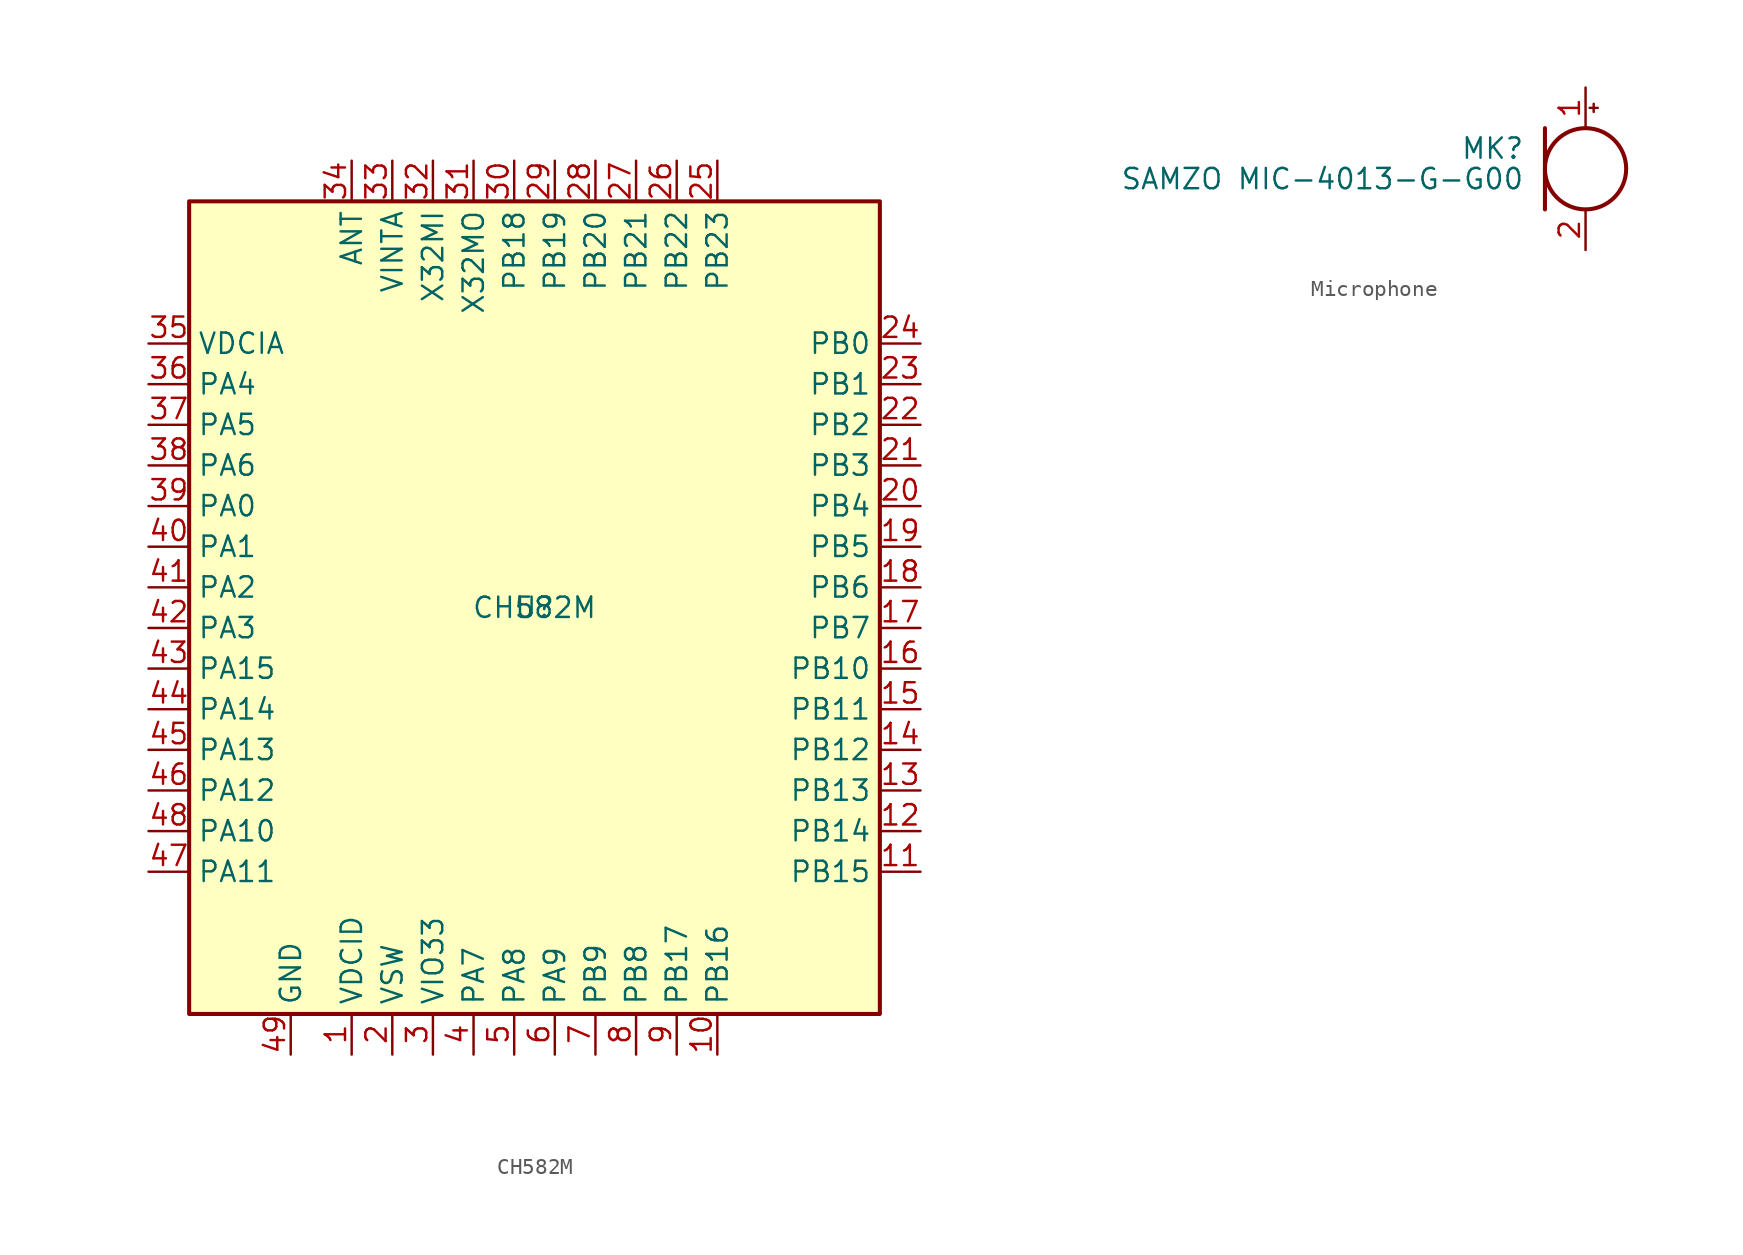
<source format=kicad_sym>
(kicad_symbol_lib
  (version 20241209)
  (generator "kicad_symbol_editor")
  (generator_version "9.0")
  (symbol "CH582M"
    (property "Reference" "U"
      (at 0 0 0)
      (effects (font (size 1.27 1.27))))
    (property "Value" "CH582M"
      (at 0 0 0)
      (effects (font (size 1.27 1.27))))
    (symbol "CH582M_1_1"
      (rectangle (start -21.59 25.4) (end 21.59 -25.4) (stroke (width 0.254) (type default)) (fill (type background)))
      (pin power_in line (at -24.13 16.51 0) (length 2.54) (name "VDCIA" (effects (font (size 1.27 1.27)))) (number "35" (effects (font (size 1.27 1.27)))))
      (pin bidirectional line (at -24.13 13.97 0) (length 2.54) (name "PA4" (effects (font (size 1.27 1.27)))) (number "36" (effects (font (size 1.27 1.27)))))
      (pin bidirectional line (at -24.13 11.43 0) (length 2.54) (name "PA5" (effects (font (size 1.27 1.27)))) (number "37" (effects (font (size 1.27 1.27)))))
      (pin bidirectional line (at -24.13 8.89 0) (length 2.54) (name "PA6" (effects (font (size 1.27 1.27)))) (number "38" (effects (font (size 1.27 1.27)))))
      (pin bidirectional line (at -24.13 6.35 0) (length 2.54) (name "PA0" (effects (font (size 1.27 1.27)))) (number "39" (effects (font (size 1.27 1.27)))))
      (pin bidirectional line (at -24.13 3.81 0) (length 2.54) (name "PA1" (effects (font (size 1.27 1.27)))) (number "40" (effects (font (size 1.27 1.27)))))
      (pin bidirectional line (at -24.13 1.27 0) (length 2.54) (name "PA2" (effects (font (size 1.27 1.27)))) (number "41" (effects (font (size 1.27 1.27)))))
      (pin bidirectional line (at -24.13 -1.27 0) (length 2.54) (name "PA3" (effects (font (size 1.27 1.27)))) (number "42" (effects (font (size 1.27 1.27)))))
      (pin bidirectional line (at -24.13 -3.81 0) (length 2.54) (name "PA15" (effects (font (size 1.27 1.27)))) (number "43" (effects (font (size 1.27 1.27)))))
      (pin bidirectional line (at -24.13 -6.35 0) (length 2.54) (name "PA14" (effects (font (size 1.27 1.27)))) (number "44" (effects (font (size 1.27 1.27)))))
      (pin bidirectional line (at -24.13 -8.89 0) (length 2.54) (name "PA13" (effects (font (size 1.27 1.27)))) (number "45" (effects (font (size 1.27 1.27)))))
      (pin bidirectional line (at -24.13 -11.43 0) (length 2.54) (name "PA12" (effects (font (size 1.27 1.27)))) (number "46" (effects (font (size 1.27 1.27)))))
      (pin bidirectional line (at -24.13 -13.97 0) (length 2.54) (name "PA10" (effects (font (size 1.27 1.27)))) (number "48" (effects (font (size 1.27 1.27)))))
      (pin bidirectional line (at -24.13 -16.51 0) (length 2.54) (name "PA11" (effects (font (size 1.27 1.27)))) (number "47" (effects (font (size 1.27 1.27)))))
      (pin passive line (at -15.24 -27.94 90) (length 2.54) (name "GND" (effects (font (size 1.27 1.27)))) (number "49" (effects (font (size 1.27 1.27)))))
      (pin bidirectional line (at -11.43 27.94 270) (length 2.54) (name "ANT" (effects (font (size 1.27 1.27)))) (number "34" (effects (font (size 1.27 1.27)))))
      (pin power_in line (at -11.43 -27.94 90) (length 2.54) (name "VDCID" (effects (font (size 1.27 1.27)))) (number "1" (effects (font (size 1.27 1.27)))))
      (pin passive line (at -8.89 27.94 270) (length 2.54) (name "VINTA" (effects (font (size 1.27 1.27)))) (number "33" (effects (font (size 1.27 1.27)))))
      (pin power_out line (at -8.89 -27.94 90) (length 2.54) (name "VSW" (effects (font (size 1.27 1.27)))) (number "2" (effects (font (size 1.27 1.27)))))
      (pin input line (at -6.35 27.94 270) (length 2.54) (name "X32MI" (effects (font (size 1.27 1.27)))) (number "32" (effects (font (size 1.27 1.27)))))
      (pin power_in line (at -6.35 -27.94 90) (length 2.54) (name "VIO33" (effects (font (size 1.27 1.27)))) (number "3" (effects (font (size 1.27 1.27)))))
      (pin output line (at -3.81 27.94 270) (length 2.54) (name "X32MO" (effects (font (size 1.27 1.27)))) (number "31" (effects (font (size 1.27 1.27)))))
      (pin bidirectional line (at -3.81 -27.94 90) (length 2.54) (name "PA7" (effects (font (size 1.27 1.27)))) (number "4" (effects (font (size 1.27 1.27)))))
      (pin bidirectional line (at -1.27 27.94 270) (length 2.54) (name "PB18" (effects (font (size 1.27 1.27)))) (number "30" (effects (font (size 1.27 1.27)))))
      (pin bidirectional line (at -1.27 -27.94 90) (length 2.54) (name "PA8" (effects (font (size 1.27 1.27)))) (number "5" (effects (font (size 1.27 1.27)))))
      (pin bidirectional line (at 1.27 27.94 270) (length 2.54) (name "PB19" (effects (font (size 1.27 1.27)))) (number "29" (effects (font (size 1.27 1.27)))))
      (pin bidirectional line (at 1.27 -27.94 90) (length 2.54) (name "PA9" (effects (font (size 1.27 1.27)))) (number "6" (effects (font (size 1.27 1.27)))))
      (pin bidirectional line (at 3.81 27.94 270) (length 2.54) (name "PB20" (effects (font (size 1.27 1.27)))) (number "28" (effects (font (size 1.27 1.27)))))
      (pin bidirectional line (at 3.81 -27.94 90) (length 2.54) (name "PB9" (effects (font (size 1.27 1.27)))) (number "7" (effects (font (size 1.27 1.27)))))
      (pin bidirectional line (at 6.35 27.94 270) (length 2.54) (name "PB21" (effects (font (size 1.27 1.27)))) (number "27" (effects (font (size 1.27 1.27)))))
      (pin bidirectional line (at 6.35 -27.94 90) (length 2.54) (name "PB8" (effects (font (size 1.27 1.27)))) (number "8" (effects (font (size 1.27 1.27)))))
      (pin bidirectional line (at 8.89 27.94 270) (length 2.54) (name "PB22" (effects (font (size 1.27 1.27)))) (number "26" (effects (font (size 1.27 1.27)))))
      (pin bidirectional line (at 8.89 -27.94 90) (length 2.54) (name "PB17" (effects (font (size 1.27 1.27)))) (number "9" (effects (font (size 1.27 1.27)))))
      (pin bidirectional line (at 11.43 27.94 270) (length 2.54) (name "PB23" (effects (font (size 1.27 1.27)))) (number "25" (effects (font (size 1.27 1.27)))))
      (pin bidirectional line (at 11.43 -27.94 90) (length 2.54) (name "PB16" (effects (font (size 1.27 1.27)))) (number "10" (effects (font (size 1.27 1.27)))))
      (pin bidirectional line (at 24.13 16.51 180) (length 2.54) (name "PB0" (effects (font (size 1.27 1.27)))) (number "24" (effects (font (size 1.27 1.27)))))
      (pin bidirectional line (at 24.13 13.97 180) (length 2.54) (name "PB1" (effects (font (size 1.27 1.27)))) (number "23" (effects (font (size 1.27 1.27)))))
      (pin bidirectional line (at 24.13 11.43 180) (length 2.54) (name "PB2" (effects (font (size 1.27 1.27)))) (number "22" (effects (font (size 1.27 1.27)))))
      (pin bidirectional line (at 24.13 8.89 180) (length 2.54) (name "PB3" (effects (font (size 1.27 1.27)))) (number "21" (effects (font (size 1.27 1.27)))))
      (pin bidirectional line (at 24.13 6.35 180) (length 2.54) (name "PB4" (effects (font (size 1.27 1.27)))) (number "20" (effects (font (size 1.27 1.27)))))
      (pin bidirectional line (at 24.13 3.81 180) (length 2.54) (name "PB5" (effects (font (size 1.27 1.27)))) (number "19" (effects (font (size 1.27 1.27)))))
      (pin bidirectional line (at 24.13 1.27 180) (length 2.54) (name "PB6" (effects (font (size 1.27 1.27)))) (number "18" (effects (font (size 1.27 1.27)))))
      (pin bidirectional line (at 24.13 -1.27 180) (length 2.54) (name "PB7" (effects (font (size 1.27 1.27)))) (number "17" (effects (font (size 1.27 1.27)))))
      (pin bidirectional line (at 24.13 -3.81 180) (length 2.54) (name "PB10" (effects (font (size 1.27 1.27)))) (number "16" (effects (font (size 1.27 1.27)))))
      (pin bidirectional line (at 24.13 -6.35 180) (length 2.54) (name "PB11" (effects (font (size 1.27 1.27)))) (number "15" (effects (font (size 1.27 1.27)))))
      (pin bidirectional line (at 24.13 -8.89 180) (length 2.54) (name "PB12" (effects (font (size 1.27 1.27)))) (number "14" (effects (font (size 1.27 1.27)))))
      (pin bidirectional line (at 24.13 -11.43 180) (length 2.54) (name "PB13" (effects (font (size 1.27 1.27)))) (number "13" (effects (font (size 1.27 1.27)))))
      (pin bidirectional line (at 24.13 -13.97 180) (length 2.54) (name "PB14" (effects (font (size 1.27 1.27)))) (number "12" (effects (font (size 1.27 1.27)))))
      (pin bidirectional line (at 24.13 -16.51 180) (length 2.54) (name "PB15" (effects (font (size 1.27 1.27)))) (number "11" (effects (font (size 1.27 1.27)))))))
  (symbol "Microphone"
    (pin_names
      (offset 0.025)
      (hide yes))
    (property "Reference" "MK"
      (at -3.81 1.27 0)
      (effects (font (size 1.27 1.27)) (justify right)))
    (property "Value" "SAMZO MIC-4013-G-G00"
      (at -3.81 -0.635 0)
      (effects (font (size 1.27 1.27)) (justify right)))
    (symbol "Microphone_0_1"
      (polyline (pts (xy -2.54 2.54) (xy -2.54 -2.54)) (stroke (width 0.254) (type default)) (fill (type none)))
      (circle (center 0 0) (radius 2.54) (stroke (width 0.254) (type default)) (fill (type none)))
      (polyline (pts (xy 0.254 3.81) (xy 0.762 3.81)) (stroke (width 0) (type default)) (fill (type none)))
      (polyline (pts (xy 0.508 4.064) (xy 0.508 3.556)) (stroke (width 0) (type default)) (fill (type none))))
    (symbol "Microphone_1_1"
      (pin passive line (at 0 5.08 270) (length 2.54) (name "+" (effects (font (size 1.27 1.27)))) (number "1" (effects (font (size 1.27 1.27)))))
      (pin passive line (at 0 -5.08 90) (length 2.54) (name "-" (effects (font (size 1.27 1.27)))) (number "2" (effects (font (size 1.27 1.27))))))))
</source>
